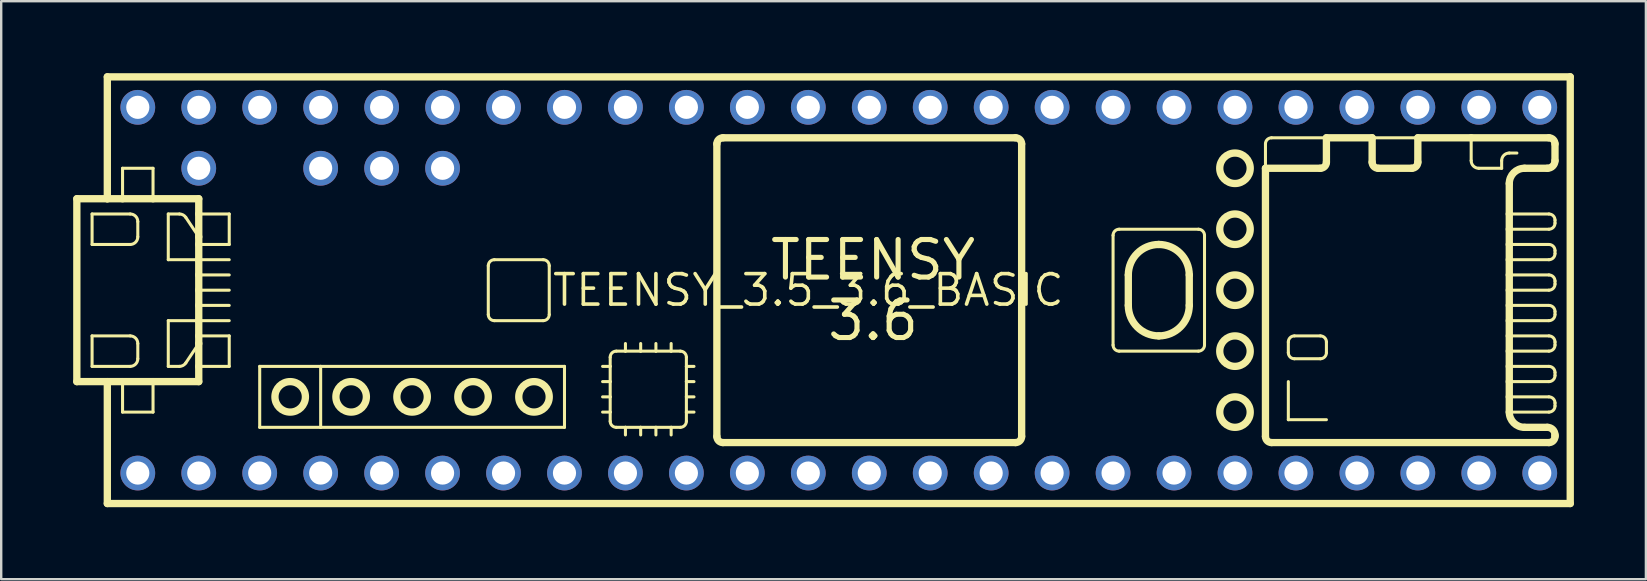
<source format=kicad_pcb>
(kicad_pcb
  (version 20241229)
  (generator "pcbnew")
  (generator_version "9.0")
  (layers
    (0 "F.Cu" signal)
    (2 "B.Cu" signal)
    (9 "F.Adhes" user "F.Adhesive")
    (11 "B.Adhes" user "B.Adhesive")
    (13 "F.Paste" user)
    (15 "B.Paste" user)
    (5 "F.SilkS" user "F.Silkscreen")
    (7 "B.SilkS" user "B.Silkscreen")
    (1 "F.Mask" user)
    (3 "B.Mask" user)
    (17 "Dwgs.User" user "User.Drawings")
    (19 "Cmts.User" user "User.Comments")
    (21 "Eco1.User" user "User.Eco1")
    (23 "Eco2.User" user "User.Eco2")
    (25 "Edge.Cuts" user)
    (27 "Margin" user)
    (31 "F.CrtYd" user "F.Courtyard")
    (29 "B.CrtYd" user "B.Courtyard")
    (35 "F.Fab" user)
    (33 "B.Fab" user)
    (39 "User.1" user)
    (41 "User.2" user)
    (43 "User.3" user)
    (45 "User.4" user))
  (footprint "TEENSY_3.5_3.6_BASIC"
    (layer "F.Cu")
    (at 30.632 9.042)
    (property "Reference" "TEENSY_3.5_3.6_BASIC" (at 0 0 0) (unlocked yes) (layer "F.SilkS") (effects (font (size 1.27 1.27) (thickness 0.15))))
    (fp_line (start -30.48 -3.81) (end -30.48 3.81) (stroke (width 0.305) (type solid)) (layer "F.SilkS"))
    (fp_line (start -30.48 3.81) (end -29.21 3.81) (stroke (width 0.305) (type solid)) (layer "F.SilkS"))
    (fp_line (start -29.845 -3.175) (end -29.845 -1.905) (stroke (width 0.127) (type solid)) (layer "F.SilkS"))
    (fp_line (start -29.845 -3.175) (end -28.258 -3.175) (stroke (width 0.127) (type solid)) (layer "F.SilkS"))
    (fp_line (start -29.845 1.905) (end -29.845 3.175) (stroke (width 0.127) (type solid)) (layer "F.SilkS"))
    (fp_line (start -29.845 3.175) (end -28.258 3.175) (stroke (width 0.127) (type solid)) (layer "F.SilkS"))
    (fp_line (start -29.21 -8.89) (end -29.21 -3.81) (stroke (width 0.305) (type solid)) (layer "F.SilkS"))
    (fp_line (start -29.21 -8.89) (end 31.75 -8.89) (stroke (width 0.305) (type solid)) (layer "F.SilkS"))
    (fp_line (start -29.21 -3.81) (end -30.48 -3.81) (stroke (width 0.305) (type solid)) (layer "F.SilkS"))
    (fp_line (start -29.21 3.81) (end -28.575 3.81) (stroke (width 0.305) (type solid)) (layer "F.SilkS"))
    (fp_line (start -29.21 8.89) (end -29.21 3.81) (stroke (width 0.305) (type solid)) (layer "F.SilkS"))
    (fp_line (start -28.575 -5.08) (end -27.305 -5.08) (stroke (width 0.127) (type solid)) (layer "F.SilkS"))
    (fp_line (start -28.575 -3.81) (end -29.21 -3.81) (stroke (width 0.305) (type solid)) (layer "F.SilkS"))
    (fp_line (start -28.575 -3.81) (end -28.575 -5.08) (stroke (width 0.127) (type solid)) (layer "F.SilkS"))
    (fp_line (start -28.575 3.81) (end -28.575 5.08) (stroke (width 0.127) (type solid)) (layer "F.SilkS"))
    (fp_line (start -28.575 3.81) (end -27.305 3.81) (stroke (width 0.305) (type solid)) (layer "F.SilkS"))
    (fp_line (start -28.575 5.08) (end -27.305 5.08) (stroke (width 0.127) (type solid)) (layer "F.SilkS"))
    (fp_line (start -28.258 -1.905) (end -29.845 -1.905) (stroke (width 0.127) (type solid)) (layer "F.SilkS"))
    (fp_line (start -28.258 1.905) (end -29.845 1.905) (stroke (width 0.127) (type solid)) (layer "F.SilkS"))
    (fp_line (start -27.94 -2.857) (end -27.94 -2.223) (stroke (width 0.127) (type solid)) (layer "F.SilkS"))
    (fp_line (start -27.94 2.857) (end -27.94 2.223) (stroke (width 0.127) (type solid)) (layer "F.SilkS"))
    (fp_line (start -27.305 -5.08) (end -27.305 -3.81) (stroke (width 0.127) (type solid)) (layer "F.SilkS"))
    (fp_line (start -27.305 -3.81) (end -28.575 -3.81) (stroke (width 0.305) (type solid)) (layer "F.SilkS"))
    (fp_line (start -27.305 3.81) (end -25.4 3.81) (stroke (width 0.305) (type solid)) (layer "F.SilkS"))
    (fp_line (start -27.305 5.08) (end -27.305 3.81) (stroke (width 0.127) (type solid)) (layer "F.SilkS"))
    (fp_line (start -26.67 -3.175) (end -26.205 -3.175) (stroke (width 0.127) (type solid)) (layer "F.SilkS"))
    (fp_line (start -26.67 -1.27) (end -26.67 -3.175) (stroke (width 0.127) (type solid)) (layer "F.SilkS"))
    (fp_line (start -26.67 1.27) (end -26.67 3.175) (stroke (width 0.127) (type solid)) (layer "F.SilkS"))
    (fp_line (start -26.67 3.175) (end -26.205 3.175) (stroke (width 0.127) (type solid)) (layer "F.SilkS"))
    (fp_line (start -25.941 -3.034) (end -25.4 -2.223) (stroke (width 0.127) (type solid)) (layer "F.SilkS"))
    (fp_line (start -25.941 3.034) (end -25.4 2.223) (stroke (width 0.127) (type solid)) (layer "F.SilkS"))
    (fp_line (start -25.4 -3.81) (end -27.305 -3.81) (stroke (width 0.305) (type solid)) (layer "F.SilkS"))
    (fp_line (start -25.4 -3.175) (end -25.4 -3.81) (stroke (width 0.305) (type solid)) (layer "F.SilkS"))
    (fp_line (start -25.4 -2.223) (end -25.4 -3.175) (stroke (width 0.305) (type solid)) (layer "F.SilkS"))
    (fp_line (start -25.4 -1.905) (end -25.4 -2.223) (stroke (width 0.305) (type solid)) (layer "F.SilkS"))
    (fp_line (start -25.4 -1.905) (end -24.13 -1.905) (stroke (width 0.127) (type solid)) (layer "F.SilkS"))
    (fp_line (start -25.4 -1.27) (end -26.67 -1.27) (stroke (width 0.127) (type solid)) (layer "F.SilkS"))
    (fp_line (start -25.4 -1.27) (end -25.4 -1.905) (stroke (width 0.305) (type solid)) (layer "F.SilkS"))
    (fp_line (start -25.4 -1.27) (end -24.13 -1.27) (stroke (width 0.127) (type solid)) (layer "F.SilkS"))
    (fp_line (start -25.4 -0.635) (end -25.4 -1.27) (stroke (width 0.305) (type solid)) (layer "F.SilkS"))
    (fp_line (start -25.4 -0.635) (end -24.13 -0.635) (stroke (width 0.127) (type solid)) (layer "F.SilkS"))
    (fp_line (start -25.4 0) (end -25.4 -0.635) (stroke (width 0.305) (type solid)) (layer "F.SilkS"))
    (fp_line (start -25.4 0) (end -24.13 0) (stroke (width 0.127) (type solid)) (layer "F.SilkS"))
    (fp_line (start -25.4 0.635) (end -25.4 0) (stroke (width 0.305) (type solid)) (layer "F.SilkS"))
    (fp_line (start -25.4 0.635) (end -24.13 0.635) (stroke (width 0.127) (type solid)) (layer "F.SilkS"))
    (fp_line (start -25.4 1.27) (end -26.67 1.27) (stroke (width 0.127) (type solid)) (layer "F.SilkS"))
    (fp_line (start -25.4 1.27) (end -25.4 0.635) (stroke (width 0.305) (type solid)) (layer "F.SilkS"))
    (fp_line (start -25.4 1.27) (end -24.13 1.27) (stroke (width 0.127) (type solid)) (layer "F.SilkS"))
    (fp_line (start -25.4 1.905) (end -25.4 1.27) (stroke (width 0.305) (type solid)) (layer "F.SilkS"))
    (fp_line (start -25.4 1.905) (end -24.13 1.905) (stroke (width 0.127) (type solid)) (layer "F.SilkS"))
    (fp_line (start -25.4 2.223) (end -25.4 1.905) (stroke (width 0.305) (type solid)) (layer "F.SilkS"))
    (fp_line (start -25.4 3.175) (end -25.4 2.223) (stroke (width 0.305) (type solid)) (layer "F.SilkS"))
    (fp_line (start -25.4 3.81) (end -25.4 3.175) (stroke (width 0.305) (type solid)) (layer "F.SilkS"))
    (fp_line (start -24.13 -3.175) (end -25.4 -3.175) (stroke (width 0.127) (type solid)) (layer "F.SilkS"))
    (fp_line (start -24.13 -1.905) (end -24.13 -3.175) (stroke (width 0.127) (type solid)) (layer "F.SilkS"))
    (fp_line (start -24.13 1.905) (end -24.13 3.175) (stroke (width 0.127) (type solid)) (layer "F.SilkS"))
    (fp_line (start -24.13 3.175) (end -25.4 3.175) (stroke (width 0.127) (type solid)) (layer "F.SilkS"))
    (fp_line (start -22.86 3.175) (end -20.32 3.175) (stroke (width 0.127) (type solid)) (layer "F.SilkS"))
    (fp_line (start -22.86 5.715) (end -22.86 3.175) (stroke (width 0.127) (type solid)) (layer "F.SilkS"))
    (fp_line (start -20.32 3.175) (end -20.32 5.715) (stroke (width 0.127) (type solid)) (layer "F.SilkS"))
    (fp_line (start -20.32 3.175) (end -10.16 3.175) (stroke (width 0.127) (type solid)) (layer "F.SilkS"))
    (fp_line (start -20.32 5.715) (end -22.86 5.715) (stroke (width 0.127) (type solid)) (layer "F.SilkS"))
    (fp_line (start -13.335 -1.016) (end -13.335 1.016) (stroke (width 0.127) (type solid)) (layer "F.SilkS"))
    (fp_line (start -13.081 1.27) (end -11.049 1.27) (stroke (width 0.127) (type solid)) (layer "F.SilkS"))
    (fp_line (start -11.049 -1.27) (end -13.081 -1.27) (stroke (width 0.127) (type solid)) (layer "F.SilkS"))
    (fp_line (start -10.795 1.016) (end -10.795 -1.016) (stroke (width 0.127) (type solid)) (layer "F.SilkS"))
    (fp_line (start -10.16 3.175) (end -10.16 5.715) (stroke (width 0.127) (type solid)) (layer "F.SilkS"))
    (fp_line (start -10.16 5.715) (end -20.32 5.715) (stroke (width 0.127) (type solid)) (layer "F.SilkS"))
    (fp_line (start -8.255 2.794) (end -8.255 3.175) (stroke (width 0.127) (type solid)) (layer "F.SilkS"))
    (fp_line (start -8.255 3.175) (end -8.572 3.175) (stroke (width 0.127) (type solid)) (layer "F.SilkS"))
    (fp_line (start -8.255 3.175) (end -8.255 3.81) (stroke (width 0.127) (type solid)) (layer "F.SilkS"))
    (fp_line (start -8.255 3.81) (end -8.572 3.81) (stroke (width 0.127) (type solid)) (layer "F.SilkS"))
    (fp_line (start -8.255 3.81) (end -8.255 4.445) (stroke (width 0.127) (type solid)) (layer "F.SilkS"))
    (fp_line (start -8.255 4.445) (end -8.572 4.445) (stroke (width 0.127) (type solid)) (layer "F.SilkS"))
    (fp_line (start -8.255 4.445) (end -8.255 5.08) (stroke (width 0.127) (type solid)) (layer "F.SilkS"))
    (fp_line (start -8.255 5.08) (end -8.572 5.08) (stroke (width 0.127) (type solid)) (layer "F.SilkS"))
    (fp_line (start -8.255 5.08) (end -8.255 5.461) (stroke (width 0.127) (type solid)) (layer "F.SilkS"))
    (fp_line (start -8.001 5.715) (end -7.62 5.715) (stroke (width 0.127) (type solid)) (layer "F.SilkS"))
    (fp_line (start -7.62 2.54) (end -8.001 2.54) (stroke (width 0.127) (type solid)) (layer "F.SilkS"))
    (fp_line (start -7.62 2.54) (end -7.62 2.223) (stroke (width 0.127) (type solid)) (layer "F.SilkS"))
    (fp_line (start -7.62 5.715) (end -7.62 6.032) (stroke (width 0.127) (type solid)) (layer "F.SilkS"))
    (fp_line (start -7.62 5.715) (end -6.985 5.715) (stroke (width 0.127) (type solid)) (layer "F.SilkS"))
    (fp_line (start -6.985 2.54) (end -7.62 2.54) (stroke (width 0.127) (type solid)) (layer "F.SilkS"))
    (fp_line (start -6.985 2.54) (end -6.985 2.223) (stroke (width 0.127) (type solid)) (layer "F.SilkS"))
    (fp_line (start -6.985 5.715) (end -6.985 6.032) (stroke (width 0.127) (type solid)) (layer "F.SilkS"))
    (fp_line (start -6.985 5.715) (end -6.35 5.715) (stroke (width 0.127) (type solid)) (layer "F.SilkS"))
    (fp_line (start -6.35 2.54) (end -6.985 2.54) (stroke (width 0.127) (type solid)) (layer "F.SilkS"))
    (fp_line (start -6.35 2.54) (end -6.35 2.223) (stroke (width 0.127) (type solid)) (layer "F.SilkS"))
    (fp_line (start -6.35 5.715) (end -6.35 6.032) (stroke (width 0.127) (type solid)) (layer "F.SilkS"))
    (fp_line (start -6.35 5.715) (end -5.715 5.715) (stroke (width 0.127) (type solid)) (layer "F.SilkS"))
    (fp_line (start -5.715 2.54) (end -6.35 2.54) (stroke (width 0.127) (type solid)) (layer "F.SilkS"))
    (fp_line (start -5.715 2.54) (end -5.715 2.223) (stroke (width 0.127) (type solid)) (layer "F.SilkS"))
    (fp_line (start -5.715 5.715) (end -5.715 6.032) (stroke (width 0.127) (type solid)) (layer "F.SilkS"))
    (fp_line (start -5.715 5.715) (end -5.334 5.715) (stroke (width 0.127) (type solid)) (layer "F.SilkS"))
    (fp_line (start -5.334 2.54) (end -5.715 2.54) (stroke (width 0.127) (type solid)) (layer "F.SilkS"))
    (fp_line (start -5.08 3.175) (end -5.08 2.794) (stroke (width 0.127) (type solid)) (layer "F.SilkS"))
    (fp_line (start -5.08 3.175) (end -4.763 3.175) (stroke (width 0.127) (type solid)) (layer "F.SilkS"))
    (fp_line (start -5.08 3.81) (end -5.08 3.175) (stroke (width 0.127) (type solid)) (layer "F.SilkS"))
    (fp_line (start -5.08 3.81) (end -4.763 3.81) (stroke (width 0.127) (type solid)) (layer "F.SilkS"))
    (fp_line (start -5.08 4.445) (end -5.08 3.81) (stroke (width 0.127) (type solid)) (layer "F.SilkS"))
    (fp_line (start -5.08 4.445) (end -4.763 4.445) (stroke (width 0.127) (type solid)) (layer "F.SilkS"))
    (fp_line (start -5.08 5.08) (end -5.08 4.445) (stroke (width 0.127) (type solid)) (layer "F.SilkS"))
    (fp_line (start -5.08 5.08) (end -4.763 5.08) (stroke (width 0.127) (type solid)) (layer "F.SilkS"))
    (fp_line (start -5.08 5.461) (end -5.08 5.08) (stroke (width 0.127) (type solid)) (layer "F.SilkS"))
    (fp_line (start -3.81 6.096) (end -3.81 -6.096) (stroke (width 0.305) (type solid)) (layer "F.SilkS"))
    (fp_line (start -3.556 -6.35) (end 8.636 -6.35) (stroke (width 0.305) (type solid)) (layer "F.SilkS"))
    (fp_line (start 8.636 6.35) (end -3.556 6.35) (stroke (width 0.305) (type solid)) (layer "F.SilkS"))
    (fp_line (start 8.89 -6.096) (end 8.89 6.096) (stroke (width 0.305) (type solid)) (layer "F.SilkS"))
    (fp_line (start 12.7 -2.286) (end 12.7 2.286) (stroke (width 0.127) (type solid)) (layer "F.SilkS"))
    (fp_line (start 12.954 2.54) (end 16.256 2.54) (stroke (width 0.127) (type solid)) (layer "F.SilkS"))
    (fp_line (start 13.335 0.635) (end 13.335 -0.635) (stroke (width 0.305) (type solid)) (layer "F.SilkS"))
    (fp_line (start 15.875 -0.635) (end 15.875 0.635) (stroke (width 0.305) (type solid)) (layer "F.SilkS"))
    (fp_line (start 16.256 -2.54) (end 12.954 -2.54) (stroke (width 0.127) (type solid)) (layer "F.SilkS"))
    (fp_line (start 16.51 2.286) (end 16.51 -2.286) (stroke (width 0.127) (type solid)) (layer "F.SilkS"))
    (fp_line (start 19.05 -5.08) (end 19.05 -6.096) (stroke (width 0.127) (type solid)) (layer "F.SilkS"))
    (fp_line (start 19.05 -5.08) (end 21.336 -5.08) (stroke (width 0.305) (type solid)) (layer "F.SilkS"))
    (fp_line (start 19.05 6.096) (end 19.05 -5.08) (stroke (width 0.305) (type solid)) (layer "F.SilkS"))
    (fp_line (start 19.304 -6.35) (end 21.59 -6.35) (stroke (width 0.127) (type solid)) (layer "F.SilkS"))
    (fp_line (start 20.003 2.159) (end 20.003 2.603) (stroke (width 0.127) (type solid)) (layer "F.SilkS"))
    (fp_line (start 20.003 3.81) (end 20.003 5.397) (stroke (width 0.127) (type solid)) (layer "F.SilkS"))
    (fp_line (start 20.003 5.397) (end 21.59 5.397) (stroke (width 0.127) (type solid)) (layer "F.SilkS"))
    (fp_line (start 20.256 2.857) (end 21.336 2.857) (stroke (width 0.127) (type solid)) (layer "F.SilkS"))
    (fp_line (start 21.336 1.905) (end 20.256 1.905) (stroke (width 0.127) (type solid)) (layer "F.SilkS"))
    (fp_line (start 21.59 -6.35) (end 23.495 -6.35) (stroke (width 0.305) (type solid)) (layer "F.SilkS"))
    (fp_line (start 21.59 -5.334) (end 21.59 -6.35) (stroke (width 0.305) (type solid)) (layer "F.SilkS"))
    (fp_line (start 21.59 2.603) (end 21.59 2.159) (stroke (width 0.127) (type solid)) (layer "F.SilkS"))
    (fp_line (start 23.495 -6.35) (end 23.495 -5.334) (stroke (width 0.305) (type solid)) (layer "F.SilkS"))
    (fp_line (start 23.495 -6.35) (end 25.4 -6.35) (stroke (width 0.127) (type solid)) (layer "F.SilkS"))
    (fp_line (start 23.749 -5.08) (end 25.146 -5.08) (stroke (width 0.305) (type solid)) (layer "F.SilkS"))
    (fp_line (start 25.4 -6.35) (end 27.622 -6.35) (stroke (width 0.305) (type solid)) (layer "F.SilkS"))
    (fp_line (start 25.4 -5.334) (end 25.4 -6.35) (stroke (width 0.305) (type solid)) (layer "F.SilkS"))
    (fp_line (start 27.622 -6.35) (end 27.622 -5.397) (stroke (width 0.127) (type solid)) (layer "F.SilkS"))
    (fp_line (start 27.622 -6.35) (end 30.861 -6.35) (stroke (width 0.305) (type solid)) (layer "F.SilkS"))
    (fp_line (start 27.94 -5.08) (end 28.892 -5.08) (stroke (width 0.127) (type solid)) (layer "F.SilkS"))
    (fp_line (start 28.892 -5.08) (end 28.892 -5.397) (stroke (width 0.127) (type solid)) (layer "F.SilkS"))
    (fp_line (start 29.21 -5.715) (end 29.527 -5.715) (stroke (width 0.127) (type solid)) (layer "F.SilkS"))
    (fp_line (start 29.21 -4.445) (end 29.21 -3.175) (stroke (width 0.305) (type solid)) (layer "F.SilkS"))
    (fp_line (start 29.21 -3.175) (end 29.21 -2.54) (stroke (width 0.305) (type solid)) (layer "F.SilkS"))
    (fp_line (start 29.21 -3.175) (end 30.861 -3.175) (stroke (width 0.127) (type solid)) (layer "F.SilkS"))
    (fp_line (start 29.21 -2.54) (end 29.21 -1.905) (stroke (width 0.305) (type solid)) (layer "F.SilkS"))
    (fp_line (start 29.21 -1.905) (end 29.21 -1.27) (stroke (width 0.305) (type solid)) (layer "F.SilkS"))
    (fp_line (start 29.21 -1.905) (end 30.861 -1.905) (stroke (width 0.127) (type solid)) (layer "F.SilkS"))
    (fp_line (start 29.21 -1.27) (end 29.21 -0.635) (stroke (width 0.305) (type solid)) (layer "F.SilkS"))
    (fp_line (start 29.21 -0.635) (end 29.21 0) (stroke (width 0.305) (type solid)) (layer "F.SilkS"))
    (fp_line (start 29.21 -0.635) (end 30.861 -0.635) (stroke (width 0.127) (type solid)) (layer "F.SilkS"))
    (fp_line (start 29.21 0) (end 29.21 0.635) (stroke (width 0.305) (type solid)) (layer "F.SilkS"))
    (fp_line (start 29.21 0.635) (end 29.21 1.27) (stroke (width 0.305) (type solid)) (layer "F.SilkS"))
    (fp_line (start 29.21 0.635) (end 30.861 0.635) (stroke (width 0.127) (type solid)) (layer "F.SilkS"))
    (fp_line (start 29.21 1.27) (end 29.21 1.905) (stroke (width 0.305) (type solid)) (layer "F.SilkS"))
    (fp_line (start 29.21 1.905) (end 29.21 2.54) (stroke (width 0.305) (type solid)) (layer "F.SilkS"))
    (fp_line (start 29.21 1.905) (end 30.861 1.905) (stroke (width 0.127) (type solid)) (layer "F.SilkS"))
    (fp_line (start 29.21 2.54) (end 29.21 3.175) (stroke (width 0.305) (type solid)) (layer "F.SilkS"))
    (fp_line (start 29.21 3.175) (end 29.21 3.81) (stroke (width 0.305) (type solid)) (layer "F.SilkS"))
    (fp_line (start 29.21 3.175) (end 30.861 3.175) (stroke (width 0.127) (type solid)) (layer "F.SilkS"))
    (fp_line (start 29.21 3.81) (end 29.21 4.445) (stroke (width 0.305) (type solid)) (layer "F.SilkS"))
    (fp_line (start 29.21 4.445) (end 29.21 5.08) (stroke (width 0.305) (type solid)) (layer "F.SilkS"))
    (fp_line (start 29.21 4.445) (end 30.861 4.445) (stroke (width 0.127) (type solid)) (layer "F.SilkS"))
    (fp_line (start 29.845 5.715) (end 30.797 5.715) (stroke (width 0.305) (type solid)) (layer "F.SilkS"))
    (fp_line (start 30.797 -5.08) (end 29.845 -5.08) (stroke (width 0.305) (type solid)) (layer "F.SilkS"))
    (fp_line (start 30.861 -2.54) (end 29.21 -2.54) (stroke (width 0.127) (type solid)) (layer "F.SilkS"))
    (fp_line (start 30.861 -1.27) (end 29.21 -1.27) (stroke (width 0.127) (type solid)) (layer "F.SilkS"))
    (fp_line (start 30.861 0) (end 29.21 0) (stroke (width 0.127) (type solid)) (layer "F.SilkS"))
    (fp_line (start 30.861 1.27) (end 29.21 1.27) (stroke (width 0.127) (type solid)) (layer "F.SilkS"))
    (fp_line (start 30.861 2.54) (end 29.21 2.54) (stroke (width 0.127) (type solid)) (layer "F.SilkS"))
    (fp_line (start 30.861 3.81) (end 29.21 3.81) (stroke (width 0.127) (type solid)) (layer "F.SilkS"))
    (fp_line (start 30.861 5.08) (end 29.21 5.08) (stroke (width 0.127) (type solid)) (layer "F.SilkS"))
    (fp_line (start 30.861 6.35) (end 19.304 6.35) (stroke (width 0.305) (type solid)) (layer "F.SilkS"))
    (fp_line (start 31.115 -6.096) (end 31.115 -5.397) (stroke (width 0.305) (type solid)) (layer "F.SilkS"))
    (fp_line (start 31.115 -2.921) (end 31.115 -2.794) (stroke (width 0.127) (type solid)) (layer "F.SilkS"))
    (fp_line (start 31.115 -1.651) (end 31.115 -1.524) (stroke (width 0.127) (type solid)) (layer "F.SilkS"))
    (fp_line (start 31.115 -0.381) (end 31.115 -0.254) (stroke (width 0.127) (type solid)) (layer "F.SilkS"))
    (fp_line (start 31.115 0.889) (end 31.115 1.016) (stroke (width 0.127) (type solid)) (layer "F.SilkS"))
    (fp_line (start 31.115 2.159) (end 31.115 2.286) (stroke (width 0.127) (type solid)) (layer "F.SilkS"))
    (fp_line (start 31.115 3.429) (end 31.115 3.556) (stroke (width 0.127) (type solid)) (layer "F.SilkS"))
    (fp_line (start 31.115 4.699) (end 31.115 4.826) (stroke (width 0.127) (type solid)) (layer "F.SilkS"))
    (fp_line (start 31.115 6.032) (end 31.115 6.096) (stroke (width 0.305) (type solid)) (layer "F.SilkS"))
    (fp_line (start 31.75 -8.89) (end 31.75 8.89) (stroke (width 0.305) (type solid)) (layer "F.SilkS"))
    (fp_line (start 31.75 8.89) (end -29.21 8.89) (stroke (width 0.305) (type solid)) (layer "F.SilkS"))
    (fp_arc (start -28.2575 -3.175) (mid -28.032994 -3.082006) (end -27.94 -2.8575) (stroke (width 0.127) (type solid)) (layer "F.SilkS"))
    (fp_arc (start -28.2575 1.905) (mid -28.032994 1.997994) (end -27.94 2.2225) (stroke (width 0.127) (type solid)) (layer "F.SilkS"))
    (fp_arc (start -27.94 -2.2225) (mid -28.032994 -1.997994) (end -28.2575 -1.905) (stroke (width 0.127) (type solid)) (layer "F.SilkS"))
    (fp_arc (start -27.94 2.8575) (mid -28.032994 3.082006) (end -28.2575 3.175) (stroke (width 0.127) (type solid)) (layer "F.SilkS"))
    (fp_arc (start -26.204921 -3.175) (mid -26.055104 -3.137431) (end -25.940742 -3.033616) (stroke (width 0.127) (type solid)) (layer "F.SilkS"))
    (fp_arc (start -25.940742 3.033616) (mid -26.055104 3.137432) (end -26.204921 3.175) (stroke (width 0.127) (type solid)) (layer "F.SilkS"))
    (fp_arc (start -13.335 -1.016) (mid -13.260605 -1.195605) (end -13.081 -1.27) (stroke (width 0.127) (type solid)) (layer "F.SilkS"))
    (fp_arc (start -13.081 1.27) (mid -13.260605 1.195605) (end -13.335 1.016) (stroke (width 0.127) (type solid)) (layer "F.SilkS"))
    (fp_arc (start -11.049 -1.27) (mid -10.869395 -1.195605) (end -10.795 -1.016) (stroke (width 0.127) (type solid)) (layer "F.SilkS"))
    (fp_arc (start -10.795 1.016) (mid -10.869395 1.195605) (end -11.049 1.27) (stroke (width 0.127) (type solid)) (layer "F.SilkS"))
    (fp_arc (start -8.255 2.794) (mid -8.180605 2.614395) (end -8.001 2.54) (stroke (width 0.127) (type solid)) (layer "F.SilkS"))
    (fp_arc (start -8.001 5.715) (mid -8.180605 5.640605) (end -8.255 5.461) (stroke (width 0.127) (type solid)) (layer "F.SilkS"))
    (fp_arc (start -5.334 2.54) (mid -5.154395 2.614395) (end -5.08 2.794) (stroke (width 0.127) (type solid)) (layer "F.SilkS"))
    (fp_arc (start -5.08 5.461) (mid -5.154395 5.640605) (end -5.334 5.715) (stroke (width 0.127) (type solid)) (layer "F.SilkS"))
    (fp_arc (start -3.81 -6.096) (mid -3.735605 -6.275605) (end -3.556 -6.35) (stroke (width 0.3048) (type solid)) (layer "F.SilkS"))
    (fp_arc (start -3.556 6.35) (mid -3.735605 6.275605) (end -3.81 6.096) (stroke (width 0.3048) (type solid)) (layer "F.SilkS"))
    (fp_arc (start 8.636 -6.35) (mid 8.815605 -6.275605) (end 8.89 -6.096) (stroke (width 0.3048) (type solid)) (layer "F.SilkS"))
    (fp_arc (start 8.89 6.096) (mid 8.815605 6.275605) (end 8.636 6.35) (stroke (width 0.3048) (type solid)) (layer "F.SilkS"))
    (fp_arc (start 12.7 -2.286) (mid 12.774395 -2.465605) (end 12.954 -2.54) (stroke (width 0.127) (type solid)) (layer "F.SilkS"))
    (fp_arc (start 12.954 2.54) (mid 12.774395 2.465605) (end 12.7 2.286) (stroke (width 0.127) (type solid)) (layer "F.SilkS"))
    (fp_arc (start 13.335 -0.635) (mid 13.706975 -1.533025) (end 14.605001 -1.904999) (stroke (width 0.3048) (type solid)) (layer "F.SilkS"))
    (fp_arc (start 14.605 -1.905) (mid 15.503026 -1.533025) (end 15.875001 -0.634999) (stroke (width 0.3048) (type solid)) (layer "F.SilkS"))
    (fp_arc (start 14.605 1.905) (mid 13.706974 1.533025) (end 13.334999 0.634999) (stroke (width 0.3048) (type solid)) (layer "F.SilkS"))
    (fp_arc (start 15.875 0.635) (mid 15.503025 1.533025) (end 14.604999 1.904999) (stroke (width 0.3048) (type solid)) (layer "F.SilkS"))
    (fp_arc (start 16.256 -2.54) (mid 16.435605 -2.465605) (end 16.51 -2.286) (stroke (width 0.127) (type solid)) (layer "F.SilkS"))
    (fp_arc (start 16.51 2.286) (mid 16.435605 2.465605) (end 16.256 2.54) (stroke (width 0.127) (type solid)) (layer "F.SilkS"))
    (fp_arc (start 19.05 -6.096) (mid 19.124395 -6.275605) (end 19.304 -6.35) (stroke (width 0.127) (type solid)) (layer "F.SilkS"))
    (fp_arc (start 19.304 6.35) (mid 19.124395 6.275605) (end 19.05 6.096) (stroke (width 0.3048) (type solid)) (layer "F.SilkS"))
    (fp_arc (start 20.0025 2.159) (mid 20.076895 1.979395) (end 20.2565 1.905) (stroke (width 0.127) (type solid)) (layer "F.SilkS"))
    (fp_arc (start 20.2565 2.8575) (mid 20.076895 2.783105) (end 20.0025 2.6035) (stroke (width 0.127) (type solid)) (layer "F.SilkS"))
    (fp_arc (start 21.336 1.905) (mid 21.515605 1.979395) (end 21.59 2.159) (stroke (width 0.127) (type solid)) (layer "F.SilkS"))
    (fp_arc (start 21.59 -5.334) (mid 21.515605 -5.154395) (end 21.336 -5.08) (stroke (width 0.3048) (type solid)) (layer "F.SilkS"))
    (fp_arc (start 21.59 2.6035) (mid 21.515605 2.783105) (end 21.336 2.8575) (stroke (width 0.127) (type solid)) (layer "F.SilkS"))
    (fp_arc (start 23.749 -5.08) (mid 23.569395 -5.154395) (end 23.495 -5.334) (stroke (width 0.3048) (type solid)) (layer "F.SilkS"))
    (fp_arc (start 25.4 -5.334) (mid 25.325605 -5.154395) (end 25.146 -5.08) (stroke (width 0.3048) (type solid)) (layer "F.SilkS"))
    (fp_arc (start 27.94 -5.08) (mid 27.715494 -5.172994) (end 27.6225 -5.3975) (stroke (width 0.127) (type solid)) (layer "F.SilkS"))
    (fp_arc (start 28.8925 -5.3975) (mid 28.985494 -5.622006) (end 29.21 -5.715) (stroke (width 0.127) (type solid)) (layer "F.SilkS"))
    (fp_arc (start 29.21 -4.445) (mid 29.395987 -4.894013) (end 29.845 -5.08) (stroke (width 0.3048) (type solid)) (layer "F.SilkS"))
    (fp_arc (start 29.845 5.715) (mid 29.395987 5.529013) (end 29.21 5.08) (stroke (width 0.3048) (type solid)) (layer "F.SilkS"))
    (fp_arc (start 30.7975 5.715) (mid 31.022006 5.807994) (end 31.115 6.0325) (stroke (width 0.3048) (type solid)) (layer "F.SilkS"))
    (fp_arc (start 30.861 -6.35) (mid 31.040605 -6.275605) (end 31.115 -6.096) (stroke (width 0.3048) (type solid)) (layer "F.SilkS"))
    (fp_arc (start 30.861 -3.175) (mid 31.040605 -3.100605) (end 31.115 -2.921) (stroke (width 0.127) (type solid)) (layer "F.SilkS"))
    (fp_arc (start 30.861 -1.905) (mid 31.040605 -1.830605) (end 31.115 -1.651) (stroke (width 0.127) (type solid)) (layer "F.SilkS"))
    (fp_arc (start 30.861 -0.635) (mid 31.040605 -0.560605) (end 31.115 -0.381) (stroke (width 0.127) (type solid)) (layer "F.SilkS"))
    (fp_arc (start 30.861 0.635) (mid 31.040605 0.709395) (end 31.115 0.889) (stroke (width 0.127) (type solid)) (layer "F.SilkS"))
    (fp_arc (start 30.861 1.905) (mid 31.040605 1.979395) (end 31.115 2.159) (stroke (width 0.127) (type solid)) (layer "F.SilkS"))
    (fp_arc (start 30.861 3.175) (mid 31.040605 3.249395) (end 31.115 3.429) (stroke (width 0.127) (type solid)) (layer "F.SilkS"))
    (fp_arc (start 30.861 4.445) (mid 31.040605 4.519395) (end 31.115 4.699) (stroke (width 0.127) (type solid)) (layer "F.SilkS"))
    (fp_arc (start 31.115 -5.3975) (mid 31.022006 -5.172994) (end 30.7975 -5.08) (stroke (width 0.3048) (type solid)) (layer "F.SilkS"))
    (fp_arc (start 31.115 -2.794) (mid 31.040605 -2.614395) (end 30.861 -2.54) (stroke (width 0.127) (type solid)) (layer "F.SilkS"))
    (fp_arc (start 31.115 -1.524) (mid 31.040605 -1.344395) (end 30.861 -1.27) (stroke (width 0.127) (type solid)) (layer "F.SilkS"))
    (fp_arc (start 31.115 -0.254) (mid 31.040605 -0.074395) (end 30.861 0) (stroke (width 0.127) (type solid)) (layer "F.SilkS"))
    (fp_arc (start 31.115 1.016) (mid 31.040605 1.195605) (end 30.861 1.27) (stroke (width 0.127) (type solid)) (layer "F.SilkS"))
    (fp_arc (start 31.115 2.286) (mid 31.040605 2.465605) (end 30.861 2.54) (stroke (width 0.127) (type solid)) (layer "F.SilkS"))
    (fp_arc (start 31.115 3.556) (mid 31.040605 3.735605) (end 30.861 3.81) (stroke (width 0.127) (type solid)) (layer "F.SilkS"))
    (fp_arc (start 31.115 4.826) (mid 31.040605 5.005605) (end 30.861 5.08) (stroke (width 0.127) (type solid)) (layer "F.SilkS"))
    (fp_arc (start 31.115 6.096) (mid 31.040605 6.275605) (end 30.861 6.35) (stroke (width 0.3048) (type solid)) (layer "F.SilkS"))
    (fp_circle (center -21.59 4.445) (end -20.955 4.445) (stroke (width 0.305) (type solid)) (fill no) (layer "F.SilkS"))
    (fp_circle (center -19.05 4.445) (end -18.415 4.445) (stroke (width 0.305) (type solid)) (fill no) (layer "F.SilkS"))
    (fp_circle (center -16.51 4.445) (end -15.875 4.445) (stroke (width 0.305) (type solid)) (fill no) (layer "F.SilkS"))
    (fp_circle (center -13.97 4.445) (end -13.335 4.445) (stroke (width 0.305) (type solid)) (fill no) (layer "F.SilkS"))
    (fp_circle (center -11.43 4.445) (end -10.795 4.445) (stroke (width 0.305) (type solid)) (fill no) (layer "F.SilkS"))
    (fp_circle (center 17.78 -5.08) (end 18.415 -5.08) (stroke (width 0.305) (type solid)) (fill no) (layer "F.SilkS"))
    (fp_circle (center 17.78 -2.54) (end 18.415 -2.54) (stroke (width 0.305) (type solid)) (fill no) (layer "F.SilkS"))
    (fp_circle (center 17.78 0) (end 18.415 0) (stroke (width 0.305) (type solid)) (fill no) (layer "F.SilkS"))
    (fp_circle (center 17.78 2.54) (end 18.415 2.54) (stroke (width 0.305) (type solid)) (fill no) (layer "F.SilkS"))
    (fp_circle (center 17.78 5.08) (end 18.415 5.08) (stroke (width 0.305) (type solid)) (fill no) (layer "F.SilkS"))
    (fp_text user "TEENSY\n3.6" (at 2.699 0 0) (layer "F.SilkS") (effects (font (size 1.565 1.565) (thickness 0.213))))
    (pad "0/RX" thru_hole circle (at -25.4 7.62) (size 1.448 1.448) (drill 0.965) (layers "*.Cu" "*.Mask"))
    (pad "1/TX" thru_hole circle (at -22.86 7.62) (size 1.448 1.448) (drill 0.965) (layers "*.Cu" "*.Mask"))
    (pad "2" thru_hole circle (at -20.32 7.62) (size 1.448 1.448) (drill 0.965) (layers "*.Cu" "*.Mask"))
    (pad "3/CANTX" thru_hole circle (at -17.78 7.62) (size 1.448 1.448) (drill 0.965) (layers "*.Cu" "*.Mask"))
    (pad "3V3" thru_hole circle (at 7.62 7.62) (size 1.448 1.448) (drill 0.965) (layers "*.Cu" "*.Mask"))
    (pad "3V3_LO" thru_hole circle (at -22.86 -7.62) (size 1.448 1.448) (drill 0.965) (layers "*.Cu" "*.Mask"))
    (pad "4/CANRX" thru_hole circle (at -15.24 7.62) (size 1.448 1.448) (drill 0.965) (layers "*.Cu" "*.Mask"))
    (pad "5" thru_hole circle (at -12.7 7.62) (size 1.448 1.448) (drill 0.965) (layers "*.Cu" "*.Mask"))
    (pad "6" thru_hole circle (at -10.16 7.62) (size 1.448 1.448) (drill 0.965) (layers "*.Cu" "*.Mask"))
    (pad "7" thru_hole circle (at -7.62 7.62) (size 1.448 1.448) (drill 0.965) (layers "*.Cu" "*.Mask"))
    (pad "8" thru_hole circle (at -5.08 7.62) (size 1.448 1.448) (drill 0.965) (layers "*.Cu" "*.Mask"))
    (pad "9/CS" thru_hole circle (at -2.54 7.62) (size 1.448 1.448) (drill 0.965) (layers "*.Cu" "*.Mask"))
    (pad "10/CS" thru_hole circle (at 0 7.62) (size 1.448 1.448) (drill 0.965) (layers "*.Cu" "*.Mask"))
    (pad "11/MOSI" thru_hole circle (at 2.54 7.62) (size 1.448 1.448) (drill 0.965) (layers "*.Cu" "*.Mask"))
    (pad "12/MISO" thru_hole circle (at 5.08 7.62) (size 1.448 1.448) (drill 0.965) (layers "*.Cu" "*.Mask"))
    (pad "13/SCK" thru_hole circle (at 5.08 -7.62) (size 1.448 1.448) (drill 0.965) (layers "*.Cu" "*.Mask"))
    (pad "14/A0" thru_hole circle (at 2.54 -7.62) (size 1.448 1.448) (drill 0.965) (layers "*.Cu" "*.Mask"))
    (pad "15/A1" thru_hole circle (at 0 -7.62) (size 1.448 1.448) (drill 0.965) (layers "*.Cu" "*.Mask"))
    (pad "16/A2" thru_hole circle (at -2.54 -7.62) (size 1.448 1.448) (drill 0.965) (layers "*.Cu" "*.Mask"))
    (pad "17/A3" thru_hole circle (at -5.08 -7.62) (size 1.448 1.448) (drill 0.965) (layers "*.Cu" "*.Mask"))
    (pad "18/A4/SDA" thru_hole circle (at -7.62 -7.62) (size 1.448 1.448) (drill 0.965) (layers "*.Cu" "*.Mask"))
    (pad "19/A5/SCL" thru_hole circle (at -10.16 -7.62) (size 1.448 1.448) (drill 0.965) (layers "*.Cu" "*.Mask"))
    (pad "20/A6" thru_hole circle (at -12.7 -7.62) (size 1.448 1.448) (drill 0.965) (layers "*.Cu" "*.Mask"))
    (pad "21/A7" thru_hole circle (at -15.24 -7.62) (size 1.448 1.448) (drill 0.965) (layers "*.Cu" "*.Mask"))
    (pad "21/DAC0" thru_hole circle (at 12.7 -7.62) (size 1.448 1.448) (drill 0.965) (layers "*.Cu" "*.Mask"))
    (pad "22/A8" thru_hole circle (at -17.78 -7.62) (size 1.448 1.448) (drill 0.965) (layers "*.Cu" "*.Mask"))
    (pad "23/A9" thru_hole circle (at -20.32 -7.62) (size 1.448 1.448) (drill 0.965) (layers "*.Cu" "*.Mask"))
    (pad "24" thru_hole circle (at 10.16 7.62) (size 1.448 1.448) (drill 0.965) (layers "*.Cu" "*.Mask"))
    (pad "25" thru_hole circle (at 12.7 7.62) (size 1.448 1.448) (drill 0.965) (layers "*.Cu" "*.Mask"))
    (pad "26" thru_hole circle (at 15.24 7.62) (size 1.448 1.448) (drill 0.965) (layers "*.Cu" "*.Mask"))
    (pad "27" thru_hole circle (at 17.78 7.62) (size 1.448 1.448) (drill 0.965) (layers "*.Cu" "*.Mask"))
    (pad "28" thru_hole circle (at 20.32 7.62) (size 1.448 1.448) (drill 0.965) (layers "*.Cu" "*.Mask"))
    (pad "29" thru_hole circle (at 22.86 7.62) (size 1.448 1.448) (drill 0.965) (layers "*.Cu" "*.Mask"))
    (pad "30" thru_hole circle (at 25.4 7.62) (size 1.448 1.448) (drill 0.965) (layers "*.Cu" "*.Mask"))
    (pad "31/A12" thru_hole circle (at 27.94 7.62) (size 1.448 1.448) (drill 0.965) (layers "*.Cu" "*.Mask"))
    (pad "32/A13" thru_hole circle (at 30.48 7.62) (size 1.448 1.448) (drill 0.965) (layers "*.Cu" "*.Mask"))
    (pad "33/A14" thru_hole circle (at 30.48 -7.62) (size 1.448 1.448) (drill 0.965) (layers "*.Cu" "*.Mask"))
    (pad "34/A15" thru_hole circle (at 27.94 -7.62) (size 1.448 1.448) (drill 0.965) (layers "*.Cu" "*.Mask"))
    (pad "35/A16" thru_hole circle (at 25.4 -7.62) (size 1.448 1.448) (drill 0.965) (layers "*.Cu" "*.Mask"))
    (pad "36/A17" thru_hole circle (at 22.86 -7.62) (size 1.448 1.448) (drill 0.965) (layers "*.Cu" "*.Mask"))
    (pad "37/A18" thru_hole circle (at 20.32 -7.62) (size 1.448 1.448) (drill 0.965) (layers "*.Cu" "*.Mask"))
    (pad "38/A19" thru_hole circle (at 17.78 -7.62) (size 1.448 1.448) (drill 0.965) (layers "*.Cu" "*.Mask"))
    (pad "39/A20" thru_hole circle (at 15.24 -7.62) (size 1.448 1.448) (drill 0.965) (layers "*.Cu" "*.Mask"))
    (pad "A10" thru_hole circle (at -17.78 -5.08) (size 1.448 1.448) (drill 0.965) (layers "*.Cu" "*.Mask"))
    (pad "A11" thru_hole circle (at -15.24 -5.08) (size 1.448 1.448) (drill 0.965) (layers "*.Cu" "*.Mask"))
    (pad "A22/DAC1" thru_hole circle (at 10.16 -7.62) (size 1.448 1.448) (drill 0.965) (layers "*.Cu" "*.Mask"))
    (pad "AGND" thru_hole circle (at -25.4 -7.62) (size 1.448 1.448) (drill 0.965) (layers "*.Cu" "*.Mask"))
    (pad "AREF" thru_hole circle (at -20.32 -5.08) (size 1.448 1.448) (drill 0.965) (layers "*.Cu" "*.Mask"))
    (pad "GND" thru_hole circle (at -27.94 7.62) (size 1.448 1.448) (drill 0.965) (layers "*.Cu" "*.Mask"))
    (pad "GND2" thru_hole circle (at 7.62 -7.62) (size 1.448 1.448) (drill 0.965) (layers "*.Cu" "*.Mask"))
    (pad "VIN" thru_hole circle (at -27.94 -7.62) (size 1.448 1.448) (drill 0.965) (layers "*.Cu" "*.Mask"))
    (pad "VUSB" thru_hole circle (at -25.4 -5.08) (size 1.448 1.448) (drill 0.965) (layers "*.Cu" "*.Mask")))
  (gr_rect
    (start -3 -3)
    (end 65.535 21.085)
    (stroke (width 0.1) (type default))
    (fill no)
    (layer "Edge.Cuts")))
</source>
